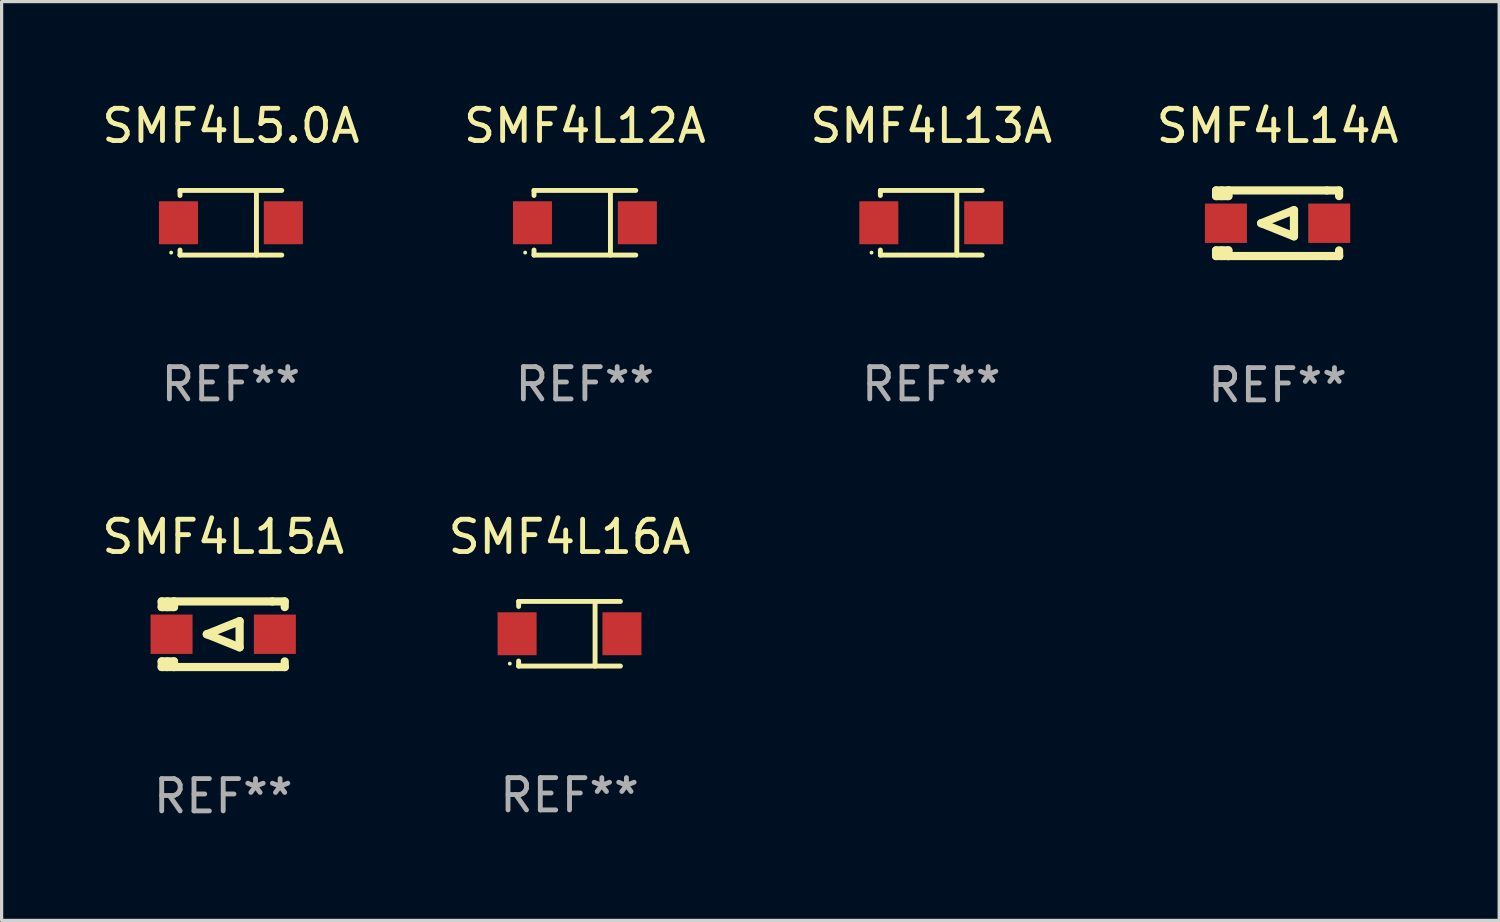
<source format=kicad_pcb>
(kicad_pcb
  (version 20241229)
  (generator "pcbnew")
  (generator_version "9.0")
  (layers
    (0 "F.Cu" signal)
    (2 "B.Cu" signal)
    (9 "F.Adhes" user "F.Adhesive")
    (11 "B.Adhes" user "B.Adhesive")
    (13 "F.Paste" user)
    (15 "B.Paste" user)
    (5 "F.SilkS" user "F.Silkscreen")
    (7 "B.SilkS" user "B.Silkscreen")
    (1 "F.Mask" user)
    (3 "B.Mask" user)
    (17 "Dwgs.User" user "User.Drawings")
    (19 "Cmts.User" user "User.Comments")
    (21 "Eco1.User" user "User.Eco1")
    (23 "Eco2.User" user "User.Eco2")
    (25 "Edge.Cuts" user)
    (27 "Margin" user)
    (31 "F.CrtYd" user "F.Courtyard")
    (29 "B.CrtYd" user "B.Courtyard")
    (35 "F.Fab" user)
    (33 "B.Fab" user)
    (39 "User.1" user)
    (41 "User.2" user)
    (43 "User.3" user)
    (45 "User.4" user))
  (footprint "SMF4L12A"
    (layer "F.Cu")
    (at 15.065 3.849)
    (property "Reference" "SMF4L12A" (at 0 -3.001 0) (layer "F.SilkS") (effects (font (size 1 1) (thickness 0.15))))
    (attr through_hole)
    (fp_line (start -1.576 -1.001) (end -1.576 -0.845) (stroke (width 0.152) (type solid)) (layer "F.SilkS"))
    (fp_line (start -1.576 -1.001) (end 1.576 -1.001) (stroke (width 0.152) (type solid)) (layer "F.SilkS"))
    (fp_line (start -1.576 0.845) (end -1.576 1.001) (stroke (width 0.152) (type solid)) (layer "F.SilkS"))
    (fp_line (start -1.576 1.001) (end 1.576 1.001) (stroke (width 0.152) (type solid)) (layer "F.SilkS"))
    (fp_line (start 0.791 -1.001) (end 0.791 1.001) (stroke (width 0.152) (type solid)) (layer "F.SilkS"))
    (fp_circle (center -1.85 0.925) (end -1.82 0.925) (stroke (width 0.06) (type solid)) (fill no) (layer "F.SilkS"))
    (fp_text user "REF**" (at 0 5.001 0) (layer "F.Fab") (effects (font (size 1 1) (thickness 0.15))))
    (pad "1" smd rect (at -1.624 0) (size 1.208 1.33) (layers "F.Cu" "F.Mask" "F.Paste"))
    (pad "2" smd rect (at 1.624 0) (size 1.208 1.33) (layers "F.Cu" "F.Mask" "F.Paste")))
  (footprint "SMF4L13A"
    (layer "F.Cu")
    (at 25.792 3.849)
    (property "Reference" "SMF4L13A" (at 0 -3.001 0) (layer "F.SilkS") (effects (font (size 1 1) (thickness 0.15))))
    (attr through_hole)
    (fp_line (start -1.576 -1.001) (end -1.576 -0.845) (stroke (width 0.152) (type solid)) (layer "F.SilkS"))
    (fp_line (start -1.576 -1.001) (end 1.576 -1.001) (stroke (width 0.152) (type solid)) (layer "F.SilkS"))
    (fp_line (start -1.576 0.845) (end -1.576 1.001) (stroke (width 0.152) (type solid)) (layer "F.SilkS"))
    (fp_line (start -1.576 1.001) (end 1.576 1.001) (stroke (width 0.152) (type solid)) (layer "F.SilkS"))
    (fp_line (start 0.791 -1.001) (end 0.791 1.001) (stroke (width 0.152) (type solid)) (layer "F.SilkS"))
    (fp_circle (center -1.85 0.925) (end -1.82 0.925) (stroke (width 0.06) (type solid)) (fill no) (layer "F.SilkS"))
    (fp_text user "REF**" (at 0 5.001 0) (layer "F.Fab") (effects (font (size 1 1) (thickness 0.15))))
    (pad "1" smd rect (at -1.624 0) (size 1.208 1.33) (layers "F.Cu" "F.Mask" "F.Paste"))
    (pad "2" smd rect (at 1.624 0) (size 1.208 1.33) (layers "F.Cu" "F.Mask" "F.Paste")))
  (footprint "SMF4L16A"
    (layer "F.Cu")
    (at 14.589 16.578)
    (property "Reference" "SMF4L16A" (at 0 -3.001 0) (layer "F.SilkS") (effects (font (size 1 1) (thickness 0.15))))
    (attr through_hole)
    (fp_line (start -1.576 -1.001) (end -1.576 -0.845) (stroke (width 0.152) (type solid)) (layer "F.SilkS"))
    (fp_line (start -1.576 -1.001) (end 1.576 -1.001) (stroke (width 0.152) (type solid)) (layer "F.SilkS"))
    (fp_line (start -1.576 0.845) (end -1.576 1.001) (stroke (width 0.152) (type solid)) (layer "F.SilkS"))
    (fp_line (start -1.576 1.001) (end 1.576 1.001) (stroke (width 0.152) (type solid)) (layer "F.SilkS"))
    (fp_line (start 0.791 -1.001) (end 0.791 1.001) (stroke (width 0.152) (type solid)) (layer "F.SilkS"))
    (fp_circle (center -1.85 0.925) (end -1.82 0.925) (stroke (width 0.06) (type solid)) (fill no) (layer "F.SilkS"))
    (fp_text user "REF**" (at 0 5.001 0) (layer "F.Fab") (effects (font (size 1 1) (thickness 0.15))))
    (pad "1" smd rect (at -1.624 0) (size 1.208 1.33) (layers "F.Cu" "F.Mask" "F.Paste"))
    (pad "2" smd rect (at 1.624 0) (size 1.208 1.33) (layers "F.Cu" "F.Mask" "F.Paste")))
  (footprint "SMF4L15A"
    (layer "F.Cu")
    (at 3.863 16.593)
    (property "Reference" "SMF4L15A" (at 0 -3.016 0) (layer "F.SilkS") (effects (font (size 1 1) (thickness 0.15))))
    (attr through_hole)
    (fp_line (start -1.905 -1.016) (end -1.905 -0.841) (stroke (width 0.254) (type solid)) (layer "F.SilkS"))
    (fp_line (start -1.905 0.841) (end -1.905 1.016) (stroke (width 0.254) (type solid)) (layer "F.SilkS"))
    (fp_line (start -1.905 1.016) (end -1.524 1.016) (stroke (width 0.254) (type solid)) (layer "F.SilkS"))
    (fp_line (start -1.728 -1.016) (end -1.728 -0.841) (stroke (width 0.254) (type solid)) (layer "F.SilkS"))
    (fp_line (start -1.728 0.841) (end -1.728 1.016) (stroke (width 0.254) (type solid)) (layer "F.SilkS"))
    (fp_line (start -1.524 -1.016) (end -1.905 -1.016) (stroke (width 0.254) (type solid)) (layer "F.SilkS"))
    (fp_line (start -1.524 -0.841) (end -1.905 -0.841) (stroke (width 0.254) (type solid)) (layer "F.SilkS"))
    (fp_line (start -1.524 -0.841) (end -1.524 -1.016) (stroke (width 0.254) (type solid)) (layer "F.SilkS"))
    (fp_line (start -1.524 0.841) (end -1.905 0.841) (stroke (width 0.254) (type solid)) (layer "F.SilkS"))
    (fp_line (start -1.524 1.016) (end -1.524 0.841) (stroke (width 0.254) (type solid)) (layer "F.SilkS"))
    (fp_line (start -1.524 1.016) (end 1.524 1.016) (stroke (width 0.254) (type solid)) (layer "F.SilkS"))
    (fp_line (start -0.508 0) (end 0.508 -0.406) (stroke (width 0.254) (type solid)) (layer "F.SilkS"))
    (fp_line (start 0.508 -0.406) (end 0.508 0.406) (stroke (width 0.254) (type solid)) (layer "F.SilkS"))
    (fp_line (start 0.508 0.406) (end -0.508 0) (stroke (width 0.254) (type solid)) (layer "F.SilkS"))
    (fp_line (start 1.524 -1.016) (end -1.524 -1.016) (stroke (width 0.254) (type solid)) (layer "F.SilkS"))
    (fp_line (start 1.524 -1.016) (end 1.905 -1.016) (stroke (width 0.254) (type solid)) (layer "F.SilkS"))
    (fp_line (start 1.905 -1.016) (end 1.905 -0.841) (stroke (width 0.254) (type solid)) (layer "F.SilkS"))
    (fp_line (start 1.905 0.841) (end 1.905 1.016) (stroke (width 0.254) (type solid)) (layer "F.SilkS"))
    (fp_line (start 1.905 1.016) (end 1.524 1.016) (stroke (width 0.254) (type solid)) (layer "F.SilkS"))
    (fp_line (start 1.905 1.016) (end 1.905 1.016) (stroke (width 0.254) (type solid)) (layer "F.SilkS"))
    (fp_circle (center -1.85 0.925) (end -1.82 0.925) (stroke (width 0.06) (type solid)) (fill no) (layer "F.SilkS"))
    (fp_text user "REF**" (at 0 5.016 0) (layer "F.Fab") (effects (font (size 1 1) (thickness 0.15))))
    (pad "1" smd rect (at -1.6 0) (size 1.3 1.219) (layers "F.Cu" "F.Mask" "F.Paste"))
    (pad "2" smd rect (at 1.6 0) (size 1.3 1.219) (layers "F.Cu" "F.Mask" "F.Paste")))
  (footprint "SMF4L14A"
    (layer "F.Cu")
    (at 36.518 3.864)
    (property "Reference" "SMF4L14A" (at 0 -3.016 0) (layer "F.SilkS") (effects (font (size 1 1) (thickness 0.15))))
    (attr through_hole)
    (fp_line (start -1.905 -1.016) (end -1.905 -0.841) (stroke (width 0.254) (type solid)) (layer "F.SilkS"))
    (fp_line (start -1.905 0.841) (end -1.905 1.016) (stroke (width 0.254) (type solid)) (layer "F.SilkS"))
    (fp_line (start -1.905 1.016) (end -1.524 1.016) (stroke (width 0.254) (type solid)) (layer "F.SilkS"))
    (fp_line (start -1.728 -1.016) (end -1.728 -0.841) (stroke (width 0.254) (type solid)) (layer "F.SilkS"))
    (fp_line (start -1.728 0.841) (end -1.728 1.016) (stroke (width 0.254) (type solid)) (layer "F.SilkS"))
    (fp_line (start -1.524 -1.016) (end -1.905 -1.016) (stroke (width 0.254) (type solid)) (layer "F.SilkS"))
    (fp_line (start -1.524 -0.841) (end -1.905 -0.841) (stroke (width 0.254) (type solid)) (layer "F.SilkS"))
    (fp_line (start -1.524 -0.841) (end -1.524 -1.016) (stroke (width 0.254) (type solid)) (layer "F.SilkS"))
    (fp_line (start -1.524 0.841) (end -1.905 0.841) (stroke (width 0.254) (type solid)) (layer "F.SilkS"))
    (fp_line (start -1.524 1.016) (end -1.524 0.841) (stroke (width 0.254) (type solid)) (layer "F.SilkS"))
    (fp_line (start -1.524 1.016) (end 1.524 1.016) (stroke (width 0.254) (type solid)) (layer "F.SilkS"))
    (fp_line (start -0.508 0) (end 0.508 -0.406) (stroke (width 0.254) (type solid)) (layer "F.SilkS"))
    (fp_line (start 0.508 -0.406) (end 0.508 0.406) (stroke (width 0.254) (type solid)) (layer "F.SilkS"))
    (fp_line (start 0.508 0.406) (end -0.508 0) (stroke (width 0.254) (type solid)) (layer "F.SilkS"))
    (fp_line (start 1.524 -1.016) (end -1.524 -1.016) (stroke (width 0.254) (type solid)) (layer "F.SilkS"))
    (fp_line (start 1.524 -1.016) (end 1.905 -1.016) (stroke (width 0.254) (type solid)) (layer "F.SilkS"))
    (fp_line (start 1.905 -1.016) (end 1.905 -0.841) (stroke (width 0.254) (type solid)) (layer "F.SilkS"))
    (fp_line (start 1.905 0.841) (end 1.905 1.016) (stroke (width 0.254) (type solid)) (layer "F.SilkS"))
    (fp_line (start 1.905 1.016) (end 1.524 1.016) (stroke (width 0.254) (type solid)) (layer "F.SilkS"))
    (fp_line (start 1.905 1.016) (end 1.905 1.016) (stroke (width 0.254) (type solid)) (layer "F.SilkS"))
    (fp_circle (center -1.85 0.925) (end -1.82 0.925) (stroke (width 0.06) (type solid)) (fill no) (layer "F.SilkS"))
    (fp_text user "REF**" (at 0 5.016 0) (layer "F.Fab") (effects (font (size 1 1) (thickness 0.15))))
    (pad "1" smd rect (at -1.6 0) (size 1.3 1.219) (layers "F.Cu" "F.Mask" "F.Paste"))
    (pad "2" smd rect (at 1.6 0) (size 1.3 1.219) (layers "F.Cu" "F.Mask" "F.Paste")))
  (footprint "SMF4L5.0A"
    (layer "F.Cu")
    (at 4.101 3.849)
    (property "Reference" "SMF4L5.0A" (at 0 -3.001 0) (layer "F.SilkS") (effects (font (size 1 1) (thickness 0.15))))
    (attr through_hole)
    (fp_line (start -1.576 -1.001) (end -1.576 -0.845) (stroke (width 0.152) (type solid)) (layer "F.SilkS"))
    (fp_line (start -1.576 -1.001) (end 1.576 -1.001) (stroke (width 0.152) (type solid)) (layer "F.SilkS"))
    (fp_line (start -1.576 0.845) (end -1.576 1.001) (stroke (width 0.152) (type solid)) (layer "F.SilkS"))
    (fp_line (start -1.576 1.001) (end 1.576 1.001) (stroke (width 0.152) (type solid)) (layer "F.SilkS"))
    (fp_line (start 0.791 -1.001) (end 0.791 1.001) (stroke (width 0.152) (type solid)) (layer "F.SilkS"))
    (fp_circle (center -1.85 0.925) (end -1.82 0.925) (stroke (width 0.06) (type solid)) (fill no) (layer "F.SilkS"))
    (fp_text user "REF**" (at 0 5.001 0) (layer "F.Fab") (effects (font (size 1 1) (thickness 0.15))))
    (pad "1" smd rect (at -1.624 0) (size 1.208 1.33) (layers "F.Cu" "F.Mask" "F.Paste"))
    (pad "2" smd rect (at 1.624 0) (size 1.208 1.33) (layers "F.Cu" "F.Mask" "F.Paste")))
  (gr_rect
    (start -3 -3)
    (end 43.381 25.457)
    (stroke (width 0.1) (type default))
    (fill no)
    (layer "Edge.Cuts")))
</source>
